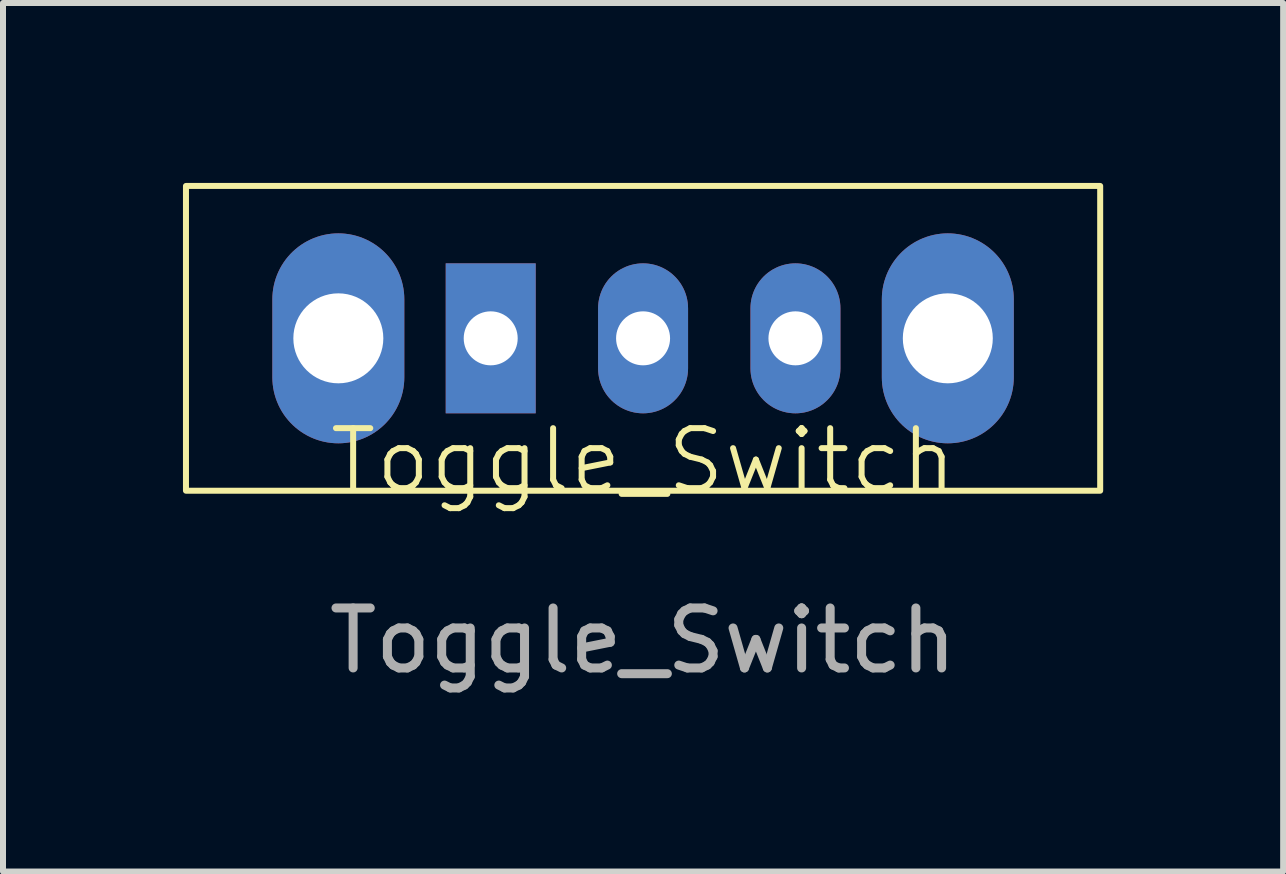
<source format=kicad_pcb>
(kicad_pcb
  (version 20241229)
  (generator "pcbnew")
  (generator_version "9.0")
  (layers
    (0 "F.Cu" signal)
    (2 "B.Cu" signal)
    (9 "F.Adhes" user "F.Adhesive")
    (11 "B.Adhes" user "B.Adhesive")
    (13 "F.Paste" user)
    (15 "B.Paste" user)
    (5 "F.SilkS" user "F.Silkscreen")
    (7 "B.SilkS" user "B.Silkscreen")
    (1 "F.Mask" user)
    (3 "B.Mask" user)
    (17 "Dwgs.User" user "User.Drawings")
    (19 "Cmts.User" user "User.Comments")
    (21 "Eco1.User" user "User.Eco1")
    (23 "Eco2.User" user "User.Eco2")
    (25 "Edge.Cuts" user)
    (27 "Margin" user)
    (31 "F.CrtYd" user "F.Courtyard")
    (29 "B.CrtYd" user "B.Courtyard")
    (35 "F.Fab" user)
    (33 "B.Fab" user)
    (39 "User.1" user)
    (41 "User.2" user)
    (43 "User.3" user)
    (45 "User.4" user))
  (footprint "Toggle_Switch"
    (layer "F.Cu")
    (at 7.67 5.13)
    (property "Reference" "Toggle_Switch" (at 0 -0.5 0) (unlocked yes) (layer "F.SilkS") (effects (font (size 1 1) (thickness 0.1))))
    (attr through_hole)
    (fp_rect (start 7.62 0) (end -7.62 -5.08) (stroke (width 0.1) (type default)) (fill no) (layer "F.SilkS"))
    (fp_text user "${REFERENCE}" (at 0 2.5 0) (unlocked yes) (layer "F.Fab") (effects (font (size 1 1) (thickness 0.15))))
    (pad "" thru_hole oval (at -5.08 -2.54) (size 2.2 3.5) (drill 1.5) (layers "*.Cu" "*.Mask"))
    (pad "" thru_hole oval (at 5.08 -2.54) (size 2.2 3.5) (drill 1.5) (layers "*.Cu" "*.Mask"))
    (pad "1" thru_hole rect (at -2.54 -2.54) (size 1.5 2.5) (drill 0.9) (layers "*.Cu" "*.Mask"))
    (pad "2" thru_hole oval (at 0 -2.54) (size 1.5 2.5) (drill 0.9) (layers "*.Cu" "*.Mask"))
    (pad "3" thru_hole oval (at 2.54 -2.54) (size 1.5 2.5) (drill 0.9) (layers "*.Cu" "*.Mask")))
  (gr_rect
    (start -3 -3)
    (end 18.34 11.478)
    (stroke (width 0.1) (type default))
    (fill no)
    (layer "Edge.Cuts")))
</source>
